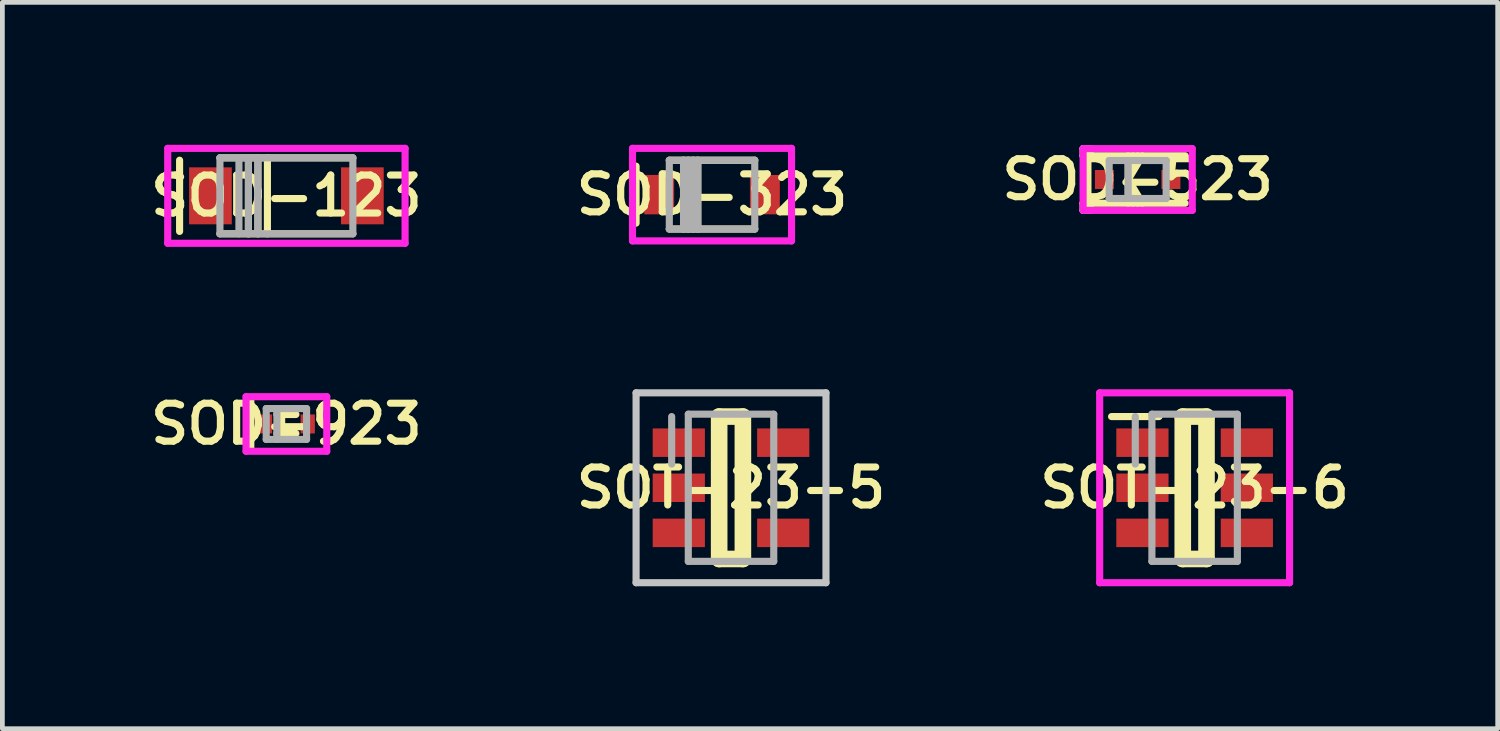
<source format=kicad_pcb>
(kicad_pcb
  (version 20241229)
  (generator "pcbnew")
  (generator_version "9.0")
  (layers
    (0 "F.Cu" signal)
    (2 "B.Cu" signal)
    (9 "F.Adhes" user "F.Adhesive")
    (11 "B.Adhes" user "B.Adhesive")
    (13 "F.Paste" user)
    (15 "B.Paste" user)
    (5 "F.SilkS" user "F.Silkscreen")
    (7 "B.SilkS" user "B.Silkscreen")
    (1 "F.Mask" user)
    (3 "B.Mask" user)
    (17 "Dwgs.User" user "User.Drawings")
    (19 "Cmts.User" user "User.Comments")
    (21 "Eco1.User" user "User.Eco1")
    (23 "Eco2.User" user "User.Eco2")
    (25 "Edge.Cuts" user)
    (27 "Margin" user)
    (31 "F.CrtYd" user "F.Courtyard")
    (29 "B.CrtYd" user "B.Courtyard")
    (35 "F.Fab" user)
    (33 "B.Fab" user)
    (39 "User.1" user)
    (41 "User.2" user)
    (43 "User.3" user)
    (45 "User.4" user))
  (footprint "SOD-923"
    (layer "F.Cu")
    (at 2.983 5.881)
    (property "Reference" "SOD-923" (at 0 0 0) (layer "F.SilkS") (effects (font (size 0.8 0.8) (thickness 0.15))))
    (attr through_hole)
    (fp_line (start -0.75 -0.5) (end -0.75 0.5) (stroke (width 0.15) (type solid)) (layer "F.SilkS"))
    (fp_line (start -0.2 -0.2) (end 0.2 -0.2) (stroke (width 0.15) (type solid)) (layer "F.SilkS"))
    (fp_line (start -0.1 -0.2) (end -0.1 0.2) (stroke (width 0.15) (type solid)) (layer "F.SilkS"))
    (fp_line (start 0.2 0.2) (end -0.2 0.2) (stroke (width 0.15) (type solid)) (layer "F.SilkS"))
    (fp_line (start -0.85 -0.575) (end 0.85 -0.575) (stroke (width 0.15) (type solid)) (layer "F.CrtYd"))
    (fp_line (start -0.85 0.575) (end -0.85 -0.575) (stroke (width 0.15) (type solid)) (layer "F.CrtYd"))
    (fp_line (start 0.85 -0.575) (end 0.85 0.575) (stroke (width 0.15) (type solid)) (layer "F.CrtYd"))
    (fp_line (start 0.85 0.575) (end -0.85 0.575) (stroke (width 0.15) (type solid)) (layer "F.CrtYd"))
    (fp_line (start -0.425 -0.325) (end 0.425 -0.325) (stroke (width 0.15) (type solid)) (layer "F.Fab"))
    (fp_line (start -0.425 0.325) (end -0.425 -0.325) (stroke (width 0.15) (type solid)) (layer "F.Fab"))
    (fp_line (start -0.2 -0.325) (end -0.2 0.325) (stroke (width 0.15) (type solid)) (layer "F.Fab"))
    (fp_line (start 0.425 -0.325) (end 0.425 0.325) (stroke (width 0.15) (type solid)) (layer "F.Fab"))
    (fp_line (start 0.425 0.325) (end -0.425 0.325) (stroke (width 0.15) (type solid)) (layer "F.Fab"))
    (pad "1" smd rect (at -0.45 0) (size 0.3 0.4) (layers "F.Cu" "F.Mask" "F.Paste"))
    (pad "2" smd rect (at 0.45 0) (size 0.3 0.4) (layers "F.Cu" "F.Mask" "F.Paste")))
  (footprint "SOD-523"
    (layer "F.Cu")
    (at 20.915 0.731)
    (property "Reference" "SOD-523" (at 0 0 0) (layer "F.SilkS") (effects (font (size 0.8 0.8) (thickness 0.15))))
    (attr through_hole)
    (fp_line (start -1.15 -0.65) (end -1 -0.65) (stroke (width 0.15) (type solid)) (layer "F.SilkS"))
    (fp_line (start -1.15 -0.5) (end -1.15 -0.65) (stroke (width 0.15) (type solid)) (layer "F.SilkS"))
    (fp_line (start -1.15 0.5) (end -1.15 0.65) (stroke (width 0.15) (type solid)) (layer "F.SilkS"))
    (fp_line (start -1.15 0.65) (end -1.05 0.65) (stroke (width 0.15) (type solid)) (layer "F.SilkS"))
    (fp_line (start -1.05 0.65) (end -1 0.65) (stroke (width 0.15) (type solid)) (layer "F.SilkS"))
    (fp_line (start -1 -0.65) (end -1 -0.5) (stroke (width 0.15) (type solid)) (layer "F.SilkS"))
    (fp_line (start -1 -0.5) (end -1.15 -0.5) (stroke (width 0.15) (type solid)) (layer "F.SilkS"))
    (fp_line (start -1 -0.5) (end 1 -0.5) (stroke (width 0.15) (type solid)) (layer "F.SilkS"))
    (fp_line (start -1 0.5) (end -1.15 0.5) (stroke (width 0.15) (type solid)) (layer "F.SilkS"))
    (fp_line (start -1 0.5) (end 1 0.5) (stroke (width 0.15) (type solid)) (layer "F.SilkS"))
    (fp_line (start -1 0.65) (end -1 0.5) (stroke (width 0.15) (type solid)) (layer "F.SilkS"))
    (fp_line (start -0.2 -0.5) (end -0.2 0.5) (stroke (width 0.15) (type solid)) (layer "F.SilkS"))
    (fp_line (start -0.2 0) (end -0.1 0.5) (stroke (width 0.15) (type solid)) (layer "F.SilkS"))
    (fp_line (start -0.2 0) (end 0 0.5) (stroke (width 0.15) (type solid)) (layer "F.SilkS"))
    (fp_line (start -0.2 0) (end 0.1 0.5) (stroke (width 0.15) (type solid)) (layer "F.SilkS"))
    (fp_line (start -0.1 -0.5) (end -0.2 0) (stroke (width 0.15) (type solid)) (layer "F.SilkS"))
    (fp_line (start 0 -0.5) (end -0.2 0) (stroke (width 0.15) (type solid)) (layer "F.SilkS"))
    (fp_line (start 0.1 -0.5) (end -0.2 0) (stroke (width 0.15) (type solid)) (layer "F.SilkS"))
    (fp_line (start -1.15 -0.65) (end 1.15 -0.65) (stroke (width 0.15) (type solid)) (layer "F.CrtYd"))
    (fp_line (start -1.15 0.65) (end -1.15 -0.65) (stroke (width 0.15) (type solid)) (layer "F.CrtYd"))
    (fp_line (start 1.15 -0.65) (end 1.15 0.65) (stroke (width 0.15) (type solid)) (layer "F.CrtYd"))
    (fp_line (start 1.15 0.65) (end -1.15 0.65) (stroke (width 0.15) (type solid)) (layer "F.CrtYd"))
    (fp_line (start -0.6 -0.4) (end 0.6 -0.4) (stroke (width 0.15) (type solid)) (layer "F.Fab"))
    (fp_line (start -0.6 0.4) (end -0.6 -0.4) (stroke (width 0.15) (type solid)) (layer "F.Fab"))
    (fp_line (start -0.2 -0.4) (end -0.2 0.4) (stroke (width 0.15) (type solid)) (layer "F.Fab"))
    (fp_line (start 0.6 -0.4) (end 0.6 0.4) (stroke (width 0.15) (type solid)) (layer "F.Fab"))
    (fp_line (start 0.6 0.4) (end -0.6 0.4) (stroke (width 0.15) (type solid)) (layer "F.Fab"))
    (pad "1" smd rect (at -0.7 0) (size 0.4 0.4) (layers "F.Cu" "F.Mask" "F.Paste"))
    (pad "2" smd rect (at 0.7 0) (size 0.4 0.4) (layers "F.Cu" "F.Mask" "F.Paste")))
  (footprint "SOD-123"
    (layer "F.Cu")
    (at 2.983 1.075)
    (property "Reference" "SOD-123" (at 0 0 0) (layer "F.SilkS") (effects (font (size 0.8 0.8) (thickness 0.15))))
    (attr through_hole)
    (fp_line (start -2.25 -0.75) (end -2.25 0.75) (stroke (width 0.15) (type solid)) (layer "F.SilkS"))
    (fp_line (start -1.4 -0.8) (end 1.4 -0.8) (stroke (width 0.15) (type solid)) (layer "F.SilkS"))
    (fp_line (start -0.8 -0.8) (end -0.8 0.8) (stroke (width 0.15) (type solid)) (layer "F.SilkS"))
    (fp_line (start -0.6 0.8) (end -0.6 -0.8) (stroke (width 0.15) (type solid)) (layer "F.SilkS"))
    (fp_line (start -0.4 -0.8) (end -0.4 0.8) (stroke (width 0.15) (type solid)) (layer "F.SilkS"))
    (fp_line (start 1.4 0.8) (end -1.4 0.8) (stroke (width 0.15) (type solid)) (layer "F.SilkS"))
    (fp_line (start -2.5 -1) (end 2.5 -1) (stroke (width 0.15) (type solid)) (layer "F.CrtYd"))
    (fp_line (start -2.5 1) (end -2.5 -1) (stroke (width 0.15) (type solid)) (layer "F.CrtYd"))
    (fp_line (start 2.5 -1) (end 2.5 1) (stroke (width 0.15) (type solid)) (layer "F.CrtYd"))
    (fp_line (start 2.5 1) (end -2.5 1) (stroke (width 0.15) (type solid)) (layer "F.CrtYd"))
    (fp_line (start -1.4 -0.8) (end 1.4 -0.8) (stroke (width 0.15) (type solid)) (layer "F.Fab"))
    (fp_line (start -1.4 0.8) (end -1.4 -0.8) (stroke (width 0.15) (type solid)) (layer "F.Fab"))
    (fp_line (start -1 -0.8) (end -1 0.8) (stroke (width 0.15) (type solid)) (layer "F.Fab"))
    (fp_line (start -0.8 -0.8) (end -0.8 0.8) (stroke (width 0.15) (type solid)) (layer "F.Fab"))
    (fp_line (start -0.6 0.8) (end -0.6 -0.8) (stroke (width 0.15) (type solid)) (layer "F.Fab"))
    (fp_line (start 1.4 -0.8) (end 1.4 0.8) (stroke (width 0.15) (type solid)) (layer "F.Fab"))
    (fp_line (start 1.4 0.8) (end -1.4 0.8) (stroke (width 0.15) (type solid)) (layer "F.Fab"))
    (pad "1" smd rect (at -1.6 0) (size 0.9 1.2) (layers "F.Cu" "F.Mask" "F.Paste"))
    (pad "2" smd rect (at 1.6 0) (size 0.9 1.2) (layers "F.Cu" "F.Mask" "F.Paste")))
  (footprint "SOD-323"
    (layer "F.Cu")
    (at 11.949 1.05)
    (property "Reference" "SOD-323" (at 0 0 0) (layer "F.SilkS") (effects (font (size 0.8 0.8) (thickness 0.15))))
    (attr through_hole)
    (fp_line (start -1.6 -0.6) (end -1.6 0.6) (stroke (width 0.15) (type solid)) (layer "F.SilkS"))
    (fp_line (start -0.6 0.725) (end -0.6 -0.725) (stroke (width 0.15) (type solid)) (layer "F.SilkS"))
    (fp_line (start -0.5 -0.725) (end -0.5 0.725) (stroke (width 0.15) (type solid)) (layer "F.SilkS"))
    (fp_line (start -0.4 0.725) (end -0.4 -0.725) (stroke (width 0.15) (type solid)) (layer "F.SilkS"))
    (fp_line (start -0.3 -0.725) (end -0.3 0.725) (stroke (width 0.15) (type solid)) (layer "F.SilkS"))
    (fp_line (start 0.9 -0.725) (end -0.9 -0.725) (stroke (width 0.15) (type solid)) (layer "F.SilkS"))
    (fp_line (start 0.9 0.725) (end -0.9 0.725) (stroke (width 0.15) (type solid)) (layer "F.SilkS"))
    (fp_line (start -1.675 -0.975) (end 1.675 -0.975) (stroke (width 0.15) (type solid)) (layer "F.CrtYd"))
    (fp_line (start -1.675 0.975) (end -1.675 -0.975) (stroke (width 0.15) (type solid)) (layer "F.CrtYd"))
    (fp_line (start 1.675 -0.975) (end 1.675 0.975) (stroke (width 0.15) (type solid)) (layer "F.CrtYd"))
    (fp_line (start 1.675 0.975) (end -1.675 0.975) (stroke (width 0.15) (type solid)) (layer "F.CrtYd"))
    (fp_line (start -0.9 -0.725) (end 0.9 -0.725) (stroke (width 0.15) (type solid)) (layer "F.Fab"))
    (fp_line (start -0.9 0.725) (end -0.9 -0.725) (stroke (width 0.15) (type solid)) (layer "F.Fab"))
    (fp_line (start -0.6 -0.725) (end -0.6 0.725) (stroke (width 0.15) (type solid)) (layer "F.Fab"))
    (fp_line (start -0.5 0.725) (end -0.5 -0.725) (stroke (width 0.15) (type solid)) (layer "F.Fab"))
    (fp_line (start -0.4 -0.725) (end -0.4 0.725) (stroke (width 0.15) (type solid)) (layer "F.Fab"))
    (fp_line (start -0.3 0.725) (end -0.3 -0.725) (stroke (width 0.15) (type solid)) (layer "F.Fab"))
    (fp_line (start 0.9 -0.725) (end 0.9 0.725) (stroke (width 0.15) (type solid)) (layer "F.Fab"))
    (fp_line (start 0.9 0.725) (end -0.9 0.725) (stroke (width 0.15) (type solid)) (layer "F.Fab"))
    (pad "1" smd rect (at -1.113 0) (size 0.63 0.83) (layers "F.Cu" "F.Mask" "F.Paste"))
    (pad "2" smd rect (at 1.113 0) (size 0.63 0.83) (layers "F.Cu" "F.Mask" "F.Paste")))
  (footprint "SOT-23-5"
    (layer "F.Cu")
    (at 12.349 7.225)
    (property "Reference" "SOT-23-5" (at 0 0 0) (layer "F.SilkS") (effects (font (size 0.8 0.8) (thickness 0.15))))
    (attr through_hole)
    (fp_line (start -0.25 -1.5) (end 0.25 -1.5) (stroke (width 0.35) (type solid)) (layer "F.SilkS"))
    (fp_line (start -0.25 1.5) (end -0.25 -1.5) (stroke (width 0.35) (type solid)) (layer "F.SilkS"))
    (fp_line (start 0.25 -1.5) (end 0.25 1.5) (stroke (width 0.35) (type solid)) (layer "F.SilkS"))
    (fp_line (start 0.25 1.5) (end -0.25 1.5) (stroke (width 0.35) (type solid)) (layer "F.SilkS"))
    (fp_line (start -2 -2) (end 2 -2) (stroke (width 0.15) (type solid)) (layer "Dwgs.User"))
    (fp_line (start -2 2) (end -2 -2) (stroke (width 0.15) (type solid)) (layer "Dwgs.User"))
    (fp_line (start 2 -2) (end 2 2) (stroke (width 0.15) (type solid)) (layer "Dwgs.User"))
    (fp_line (start 2 2) (end -2 2) (stroke (width 0.15) (type solid)) (layer "Dwgs.User"))
    (fp_line (start -1.25 -1.5) (end -1.25 -0.5) (stroke (width 0.15) (type solid)) (layer "F.Fab"))
    (fp_line (start -0.9 -1.55) (end 0.9 -1.55) (stroke (width 0.15) (type solid)) (layer "F.Fab"))
    (fp_line (start -0.9 1.55) (end -0.9 -1.55) (stroke (width 0.15) (type solid)) (layer "F.Fab"))
    (fp_line (start 0.9 -1.55) (end 0.9 1.55) (stroke (width 0.15) (type solid)) (layer "F.Fab"))
    (fp_line (start 0.9 1.55) (end -0.9 1.55) (stroke (width 0.15) (type solid)) (layer "F.Fab"))
    (pad "1" smd rect (at -1.1 -0.95) (size 1.1 0.6) (layers "F.Cu" "F.Mask" "F.Paste"))
    (pad "2" smd rect (at -1.1 0) (size 1.1 0.6) (layers "F.Cu" "F.Mask" "F.Paste"))
    (pad "3" smd rect (at -1.1 0.95) (size 1.1 0.6) (layers "F.Cu" "F.Mask" "F.Paste"))
    (pad "4" smd rect (at 1.1 0.95) (size 1.1 0.6) (layers "F.Cu" "F.Mask" "F.Paste"))
    (pad "5" smd rect (at 1.1 -0.95) (size 1.1 0.6) (layers "F.Cu" "F.Mask" "F.Paste")))
  (footprint "SOT-23-6"
    (layer "F.Cu")
    (at 22.115 7.225)
    (property "Reference" "SOT-23-6" (at 0 0 0) (layer "F.SilkS") (effects (font (size 0.8 0.8) (thickness 0.15))))
    (attr through_hole)
    (fp_line (start -0.75 -1.5) (end -1.75 -1.5) (stroke (width 0.15) (type solid)) (layer "F.SilkS"))
    (fp_line (start -0.25 -1.5) (end 0.25 -1.5) (stroke (width 0.35) (type solid)) (layer "F.SilkS"))
    (fp_line (start -0.25 1.5) (end -0.25 -1.5) (stroke (width 0.35) (type solid)) (layer "F.SilkS"))
    (fp_line (start 0.25 -1.5) (end 0.25 1.5) (stroke (width 0.35) (type solid)) (layer "F.SilkS"))
    (fp_line (start 0.25 1.5) (end -0.25 1.5) (stroke (width 0.35) (type solid)) (layer "F.SilkS"))
    (fp_line (start -2 -2) (end 2 -2) (stroke (width 0.15) (type solid)) (layer "F.CrtYd"))
    (fp_line (start -2 2) (end -2 -2) (stroke (width 0.15) (type solid)) (layer "F.CrtYd"))
    (fp_line (start 2 -2) (end 2 2) (stroke (width 0.15) (type solid)) (layer "F.CrtYd"))
    (fp_line (start 2 2) (end -2 2) (stroke (width 0.15) (type solid)) (layer "F.CrtYd"))
    (fp_line (start -1.25 -1.5) (end -1.25 -0.5) (stroke (width 0.15) (type solid)) (layer "F.Fab"))
    (fp_line (start -0.9 -1.55) (end 0.9 -1.55) (stroke (width 0.15) (type solid)) (layer "F.Fab"))
    (fp_line (start -0.9 1.55) (end -0.9 -1.55) (stroke (width 0.15) (type solid)) (layer "F.Fab"))
    (fp_line (start 0.9 -1.55) (end 0.9 1.55) (stroke (width 0.15) (type solid)) (layer "F.Fab"))
    (fp_line (start 0.9 1.55) (end -0.9 1.55) (stroke (width 0.15) (type solid)) (layer "F.Fab"))
    (pad "1" smd rect (at -1.1 -0.95) (size 1.1 0.6) (layers "F.Cu" "F.Mask" "F.Paste"))
    (pad "2" smd rect (at -1.1 0) (size 1.1 0.6) (layers "F.Cu" "F.Mask" "F.Paste"))
    (pad "3" smd rect (at -1.1 0.95) (size 1.1 0.6) (layers "F.Cu" "F.Mask" "F.Paste"))
    (pad "4" smd rect (at 1.1 0.95) (size 1.1 0.6) (layers "F.Cu" "F.Mask" "F.Paste"))
    (pad "5" smd rect (at 1.1 0) (size 1.1 0.6) (layers "F.Cu" "F.Mask" "F.Paste"))
    (pad "6" smd rect (at 1.1 -0.95) (size 1.1 0.6) (layers "F.Cu" "F.Mask" "F.Paste")))
  (gr_rect
    (start -3 -3)
    (end 28.499 12.3)
    (stroke (width 0.1) (type default))
    (fill no)
    (layer "Edge.Cuts")))
</source>
